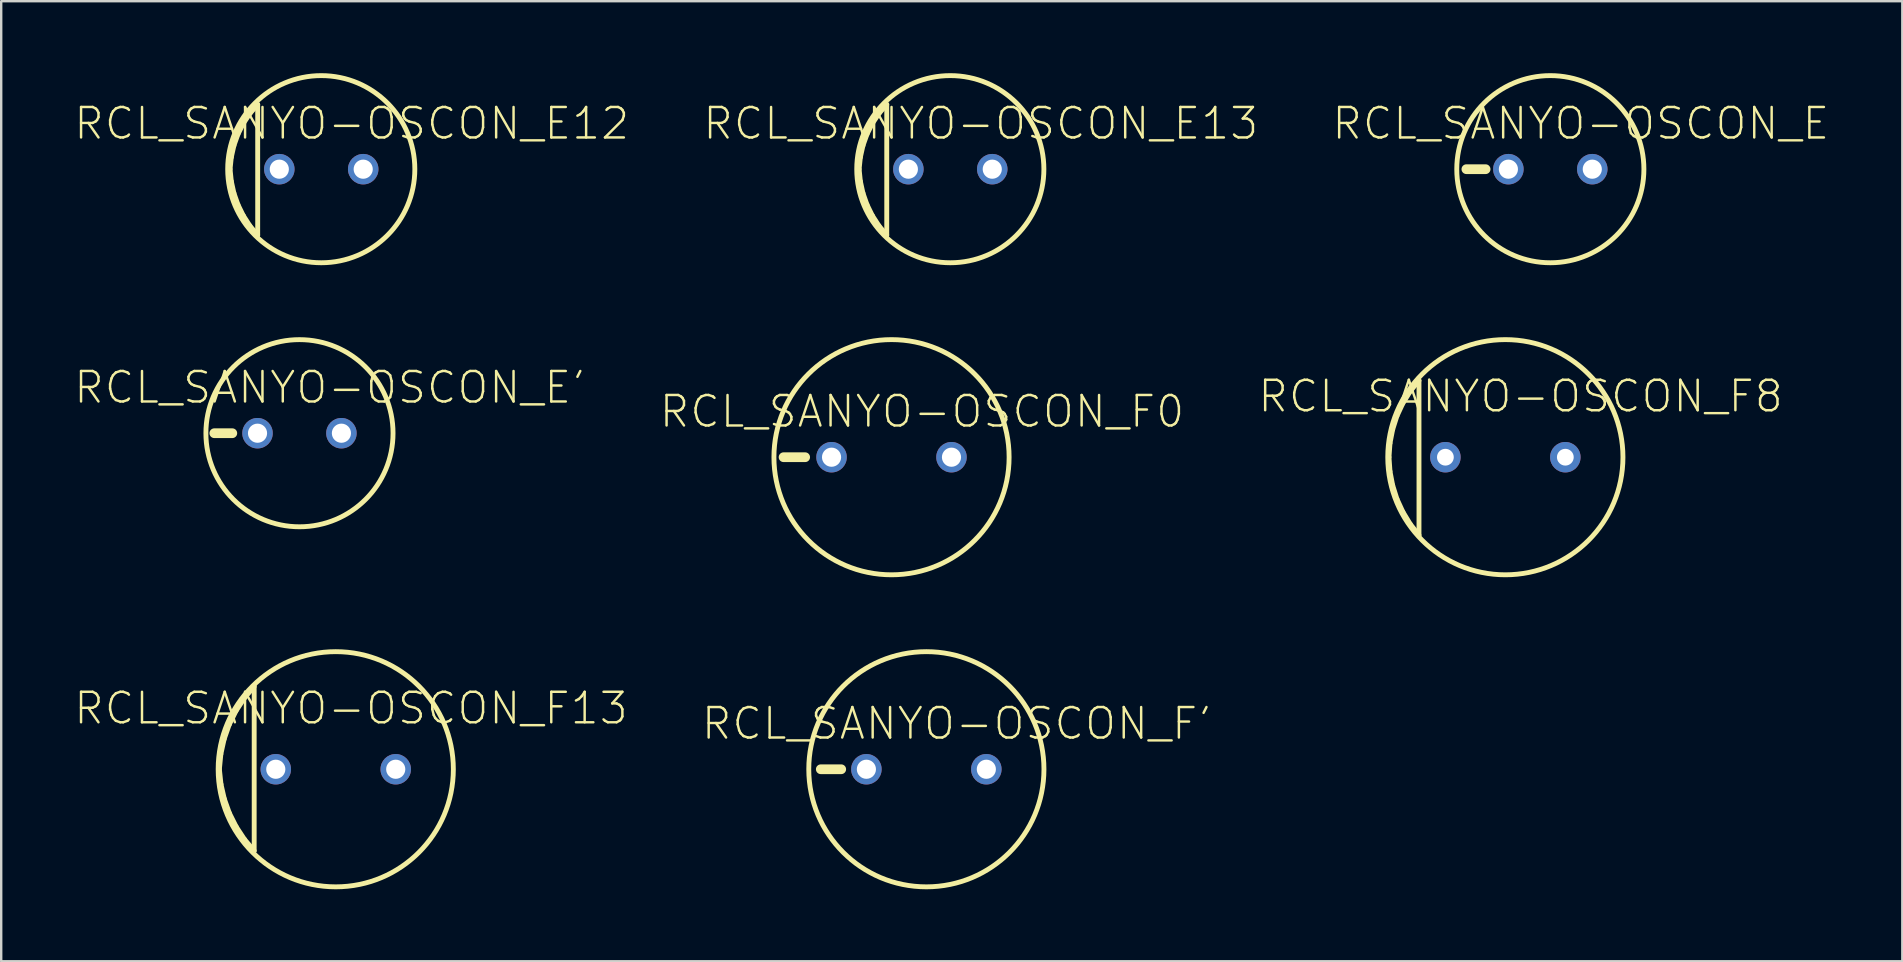
<source format=kicad_pcb>
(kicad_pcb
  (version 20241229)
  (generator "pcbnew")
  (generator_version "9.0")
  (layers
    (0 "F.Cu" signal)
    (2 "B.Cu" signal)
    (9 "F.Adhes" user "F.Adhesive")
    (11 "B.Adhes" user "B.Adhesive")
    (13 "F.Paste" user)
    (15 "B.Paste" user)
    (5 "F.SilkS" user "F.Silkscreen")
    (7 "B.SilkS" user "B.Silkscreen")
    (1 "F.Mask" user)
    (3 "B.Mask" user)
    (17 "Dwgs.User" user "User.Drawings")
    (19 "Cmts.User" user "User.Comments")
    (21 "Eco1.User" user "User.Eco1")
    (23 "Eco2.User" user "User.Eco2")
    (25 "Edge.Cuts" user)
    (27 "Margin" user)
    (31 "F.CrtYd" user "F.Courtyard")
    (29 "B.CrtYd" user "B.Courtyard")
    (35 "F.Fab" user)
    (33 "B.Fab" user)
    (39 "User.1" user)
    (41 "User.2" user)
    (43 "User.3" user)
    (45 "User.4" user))
  (footprint "RCL_SANYO-OSCON_E'"
    (layer "F.Cu")
    (at 9.429 15.002)
    (property "Reference" "RCL_SANYO-OSCON_E'" (at 1.27 -1.905 0) (layer "F.SilkS") (effects (font (size 1.27 1.27) (thickness 0.102))))
    (attr exclude_from_pos_files exclude_from_bom)
    (fp_line (start -3.548 0) (end -2.799 0) (stroke (width 0.406) (type solid)) (layer "F.SilkS"))
    (fp_circle (center 0 0) (end 0 -3.899) (stroke (width 0.203) (type solid)) (fill no) (layer "F.SilkS"))
    (pad "+" thru_hole circle (at 1.748 0) (size 1.27 1.27) (drill 0.798) (layers "*.Cu" "*.Paste" "*.Mask"))
    (pad "-" thru_hole circle (at -1.748 0) (size 1.27 1.27) (drill 0.798) (layers "*.Cu" "*.Paste" "*.Mask")))
  (footprint "RCL_SANYO-OSCON_E12"
    (layer "F.Cu")
    (at 10.337 4)
    (property "Reference" "RCL_SANYO-OSCON_E12" (at 1.27 -1.905 0) (layer "F.SilkS") (effects (font (size 1.27 1.27) (thickness 0.102))))
    (attr exclude_from_pos_files exclude_from_bom)
    (fp_line (start -3.8 0) (end -3.749 -0.495) (stroke (width 0.203) (type solid)) (layer "F.SilkS"))
    (fp_line (start -3.749 -0.495) (end -3.64 -0.983) (stroke (width 0.203) (type solid)) (layer "F.SilkS"))
    (fp_line (start -3.749 0.503) (end -3.8 0) (stroke (width 0.203) (type solid)) (layer "F.SilkS"))
    (fp_line (start -3.64 -0.983) (end -3.472 -1.455) (stroke (width 0.203) (type solid)) (layer "F.SilkS"))
    (fp_line (start -3.64 0.998) (end -3.749 0.503) (stroke (width 0.203) (type solid)) (layer "F.SilkS"))
    (fp_line (start -3.472 -1.455) (end -3.249 -1.902) (stroke (width 0.203) (type solid)) (layer "F.SilkS"))
    (fp_line (start -3.472 1.478) (end -3.64 0.998) (stroke (width 0.203) (type solid)) (layer "F.SilkS"))
    (fp_line (start -3.249 -1.902) (end -2.972 -2.319) (stroke (width 0.203) (type solid)) (layer "F.SilkS"))
    (fp_line (start -3.249 1.933) (end -3.472 1.478) (stroke (width 0.203) (type solid)) (layer "F.SilkS"))
    (fp_line (start -2.974 2.36) (end -3.249 1.933) (stroke (width 0.203) (type solid)) (layer "F.SilkS"))
    (fp_line (start -2.972 -2.319) (end -2.649 -2.697) (stroke (width 0.203) (type solid)) (layer "F.SilkS"))
    (fp_line (start -2.649 -2.697) (end -2.649 2.748) (stroke (width 0.203) (type solid)) (layer "F.SilkS"))
    (fp_line (start -2.649 2.748) (end -2.974 2.36) (stroke (width 0.203) (type solid)) (layer "F.SilkS"))
    (fp_circle (center 0 0) (end 0 -3.899) (stroke (width 0.203) (type solid)) (fill no) (layer "F.SilkS"))
    (pad "+" thru_hole circle (at 1.748 0) (size 1.27 1.27) (drill 0.798) (layers "*.Cu" "*.Paste" "*.Mask"))
    (pad "-" thru_hole circle (at -1.748 0) (size 1.27 1.27) (drill 0.798) (layers "*.Cu" "*.Paste" "*.Mask")))
  (footprint "RCL_SANYO-OSCON_F8"
    (layer "F.Cu")
    (at 59.679 16.002)
    (property "Reference" "RCL_SANYO-OSCON_F8" (at 0.635 -2.54 0) (layer "F.SilkS") (effects (font (size 1.27 1.27) (thickness 0.102))))
    (attr exclude_from_pos_files exclude_from_bom)
    (fp_line (start -4.849 0) (end -4.808 -0.582) (stroke (width 0.203) (type solid)) (layer "F.SilkS"))
    (fp_line (start -4.808 -0.582) (end -4.696 -1.156) (stroke (width 0.203) (type solid)) (layer "F.SilkS"))
    (fp_line (start -4.808 0.589) (end -4.849 0) (stroke (width 0.203) (type solid)) (layer "F.SilkS"))
    (fp_line (start -4.696 -1.156) (end -4.519 -1.714) (stroke (width 0.203) (type solid)) (layer "F.SilkS"))
    (fp_line (start -4.696 1.171) (end -4.808 0.589) (stroke (width 0.203) (type solid)) (layer "F.SilkS"))
    (fp_line (start -4.519 -1.714) (end -4.272 -2.245) (stroke (width 0.203) (type solid)) (layer "F.SilkS"))
    (fp_line (start -4.519 1.737) (end -4.696 1.171) (stroke (width 0.203) (type solid)) (layer "F.SilkS"))
    (fp_line (start -4.272 -2.245) (end -3.965 -2.743) (stroke (width 0.203) (type solid)) (layer "F.SilkS"))
    (fp_line (start -4.272 2.276) (end -4.519 1.737) (stroke (width 0.203) (type solid)) (layer "F.SilkS"))
    (fp_line (start -3.965 -2.743) (end -3.599 -3.198) (stroke (width 0.203) (type solid)) (layer "F.SilkS"))
    (fp_line (start -3.965 2.784) (end -4.272 2.276) (stroke (width 0.203) (type solid)) (layer "F.SilkS"))
    (fp_line (start -3.599 -3.198) (end -3.599 3.249) (stroke (width 0.203) (type solid)) (layer "F.SilkS"))
    (fp_line (start -3.599 3.249) (end -3.965 2.784) (stroke (width 0.203) (type solid)) (layer "F.SilkS"))
    (fp_circle (center 0 0) (end 0 -4.9) (stroke (width 0.203) (type solid)) (fill no) (layer "F.SilkS"))
    (pad "+" thru_hole circle (at 2.499 0) (size 1.27 1.27) (drill 0.699) (layers "*.Cu" "*.Paste" "*.Mask"))
    (pad "-" thru_hole circle (at -2.499 0) (size 1.27 1.27) (drill 0.699) (layers "*.Cu" "*.Paste" "*.Mask")))
  (footprint "RCL_SANYO-OSCON_E13"
    (layer "F.Cu")
    (at 36.55 4)
    (property "Reference" "RCL_SANYO-OSCON_E13" (at 1.27 -1.905 0) (layer "F.SilkS") (effects (font (size 1.27 1.27) (thickness 0.102))))
    (attr exclude_from_pos_files exclude_from_bom)
    (fp_line (start -3.8 0) (end -3.749 -0.495) (stroke (width 0.203) (type solid)) (layer "F.SilkS"))
    (fp_line (start -3.749 -0.495) (end -3.64 -0.983) (stroke (width 0.203) (type solid)) (layer "F.SilkS"))
    (fp_line (start -3.749 0.503) (end -3.8 0) (stroke (width 0.203) (type solid)) (layer "F.SilkS"))
    (fp_line (start -3.64 -0.983) (end -3.472 -1.455) (stroke (width 0.203) (type solid)) (layer "F.SilkS"))
    (fp_line (start -3.64 0.998) (end -3.749 0.503) (stroke (width 0.203) (type solid)) (layer "F.SilkS"))
    (fp_line (start -3.472 -1.455) (end -3.249 -1.902) (stroke (width 0.203) (type solid)) (layer "F.SilkS"))
    (fp_line (start -3.472 1.478) (end -3.64 0.998) (stroke (width 0.203) (type solid)) (layer "F.SilkS"))
    (fp_line (start -3.249 -1.902) (end -2.972 -2.319) (stroke (width 0.203) (type solid)) (layer "F.SilkS"))
    (fp_line (start -3.249 1.933) (end -3.472 1.478) (stroke (width 0.203) (type solid)) (layer "F.SilkS"))
    (fp_line (start -2.974 2.36) (end -3.249 1.933) (stroke (width 0.203) (type solid)) (layer "F.SilkS"))
    (fp_line (start -2.972 -2.319) (end -2.649 -2.697) (stroke (width 0.203) (type solid)) (layer "F.SilkS"))
    (fp_line (start -2.649 -2.697) (end -2.649 2.748) (stroke (width 0.203) (type solid)) (layer "F.SilkS"))
    (fp_line (start -2.649 2.748) (end -2.974 2.36) (stroke (width 0.203) (type solid)) (layer "F.SilkS"))
    (fp_circle (center 0 0) (end 0 -3.899) (stroke (width 0.203) (type solid)) (fill no) (layer "F.SilkS"))
    (pad "+" thru_hole circle (at 1.748 0) (size 1.27 1.27) (drill 0.798) (layers "*.Cu" "*.Paste" "*.Mask"))
    (pad "-" thru_hole circle (at -1.748 0) (size 1.27 1.27) (drill 0.798) (layers "*.Cu" "*.Paste" "*.Mask")))
  (footprint "RCL_SANYO-OSCON_E"
    (layer "F.Cu")
    (at 61.553 4)
    (property "Reference" "RCL_SANYO-OSCON_E" (at 1.27 -1.905 0) (layer "F.SilkS") (effects (font (size 1.27 1.27) (thickness 0.102))))
    (attr exclude_from_pos_files exclude_from_bom)
    (fp_line (start -3.498 0) (end -2.697 0) (stroke (width 0.406) (type solid)) (layer "F.SilkS"))
    (fp_circle (center 0 0) (end 0 -3.899) (stroke (width 0.203) (type solid)) (fill no) (layer "F.SilkS"))
    (pad "+" thru_hole circle (at 1.748 0) (size 1.27 1.27) (drill 0.798) (layers "*.Cu" "*.Paste" "*.Mask"))
    (pad "-" thru_hole circle (at -1.748 0) (size 1.27 1.27) (drill 0.798) (layers "*.Cu" "*.Paste" "*.Mask")))
  (footprint "RCL_SANYO-OSCON_F'"
    (layer "F.Cu")
    (at 35.552 29.005)
    (property "Reference" "RCL_SANYO-OSCON_F'" (at 1.27 -1.905 0) (layer "F.SilkS") (effects (font (size 1.27 1.27) (thickness 0.102))))
    (attr exclude_from_pos_files exclude_from_bom)
    (fp_line (start -3.548 0) (end -4.399 0) (stroke (width 0.406) (type solid)) (layer "F.SilkS"))
    (fp_circle (center 0 0) (end 0 -4.9) (stroke (width 0.203) (type solid)) (fill no) (layer "F.SilkS"))
    (pad "+" thru_hole circle (at 2.499 0) (size 1.27 1.27) (drill 0.798) (layers "*.Cu" "*.Paste" "*.Mask"))
    (pad "-" thru_hole circle (at -2.499 0) (size 1.27 1.27) (drill 0.798) (layers "*.Cu" "*.Paste" "*.Mask")))
  (footprint "RCL_SANYO-OSCON_F0"
    (layer "F.Cu")
    (at 34.1 16.002)
    (property "Reference" "RCL_SANYO-OSCON_F0" (at 1.27 -1.905 0) (layer "F.SilkS") (effects (font (size 1.27 1.27) (thickness 0.102))))
    (attr exclude_from_pos_files exclude_from_bom)
    (fp_line (start -4.498 0) (end -3.599 0) (stroke (width 0.406) (type solid)) (layer "F.SilkS"))
    (fp_circle (center 0 0) (end 0 -4.9) (stroke (width 0.203) (type solid)) (fill no) (layer "F.SilkS"))
    (pad "+" thru_hole circle (at 2.499 0) (size 1.27 1.27) (drill 0.798) (layers "*.Cu" "*.Paste" "*.Mask"))
    (pad "-" thru_hole circle (at -2.499 0) (size 1.27 1.27) (drill 0.798) (layers "*.Cu" "*.Paste" "*.Mask")))
  (footprint "RCL_SANYO-OSCON_F13"
    (layer "F.Cu")
    (at 10.941 29.005)
    (property "Reference" "RCL_SANYO-OSCON_F13" (at 0.635 -2.54 0) (layer "F.SilkS") (effects (font (size 1.27 1.27) (thickness 0.102))))
    (attr exclude_from_pos_files exclude_from_bom)
    (fp_line (start -4.849 0) (end -4.788 -0.632) (stroke (width 0.203) (type solid)) (layer "F.SilkS"))
    (fp_line (start -4.788 -0.632) (end -4.651 -1.255) (stroke (width 0.203) (type solid)) (layer "F.SilkS"))
    (fp_line (start -4.783 0.625) (end -4.849 0) (stroke (width 0.203) (type solid)) (layer "F.SilkS"))
    (fp_line (start -4.651 -1.255) (end -4.44 -1.857) (stroke (width 0.203) (type solid)) (layer "F.SilkS"))
    (fp_line (start -4.643 1.237) (end -4.783 0.625) (stroke (width 0.203) (type solid)) (layer "F.SilkS"))
    (fp_line (start -4.44 -1.857) (end -4.158 -2.428) (stroke (width 0.203) (type solid)) (layer "F.SilkS"))
    (fp_line (start -4.432 1.829) (end -4.643 1.237) (stroke (width 0.203) (type solid)) (layer "F.SilkS"))
    (fp_line (start -4.158 -2.428) (end -3.81 -2.962) (stroke (width 0.203) (type solid)) (layer "F.SilkS"))
    (fp_line (start -4.15 2.393) (end -4.432 1.829) (stroke (width 0.203) (type solid)) (layer "F.SilkS"))
    (fp_line (start -3.81 -2.962) (end -3.399 -3.449) (stroke (width 0.203) (type solid)) (layer "F.SilkS"))
    (fp_line (start -3.805 2.918) (end -4.15 2.393) (stroke (width 0.203) (type solid)) (layer "F.SilkS"))
    (fp_line (start -3.399 -3.449) (end -3.399 3.399) (stroke (width 0.203) (type solid)) (layer "F.SilkS"))
    (fp_line (start -3.399 3.399) (end -3.805 2.918) (stroke (width 0.203) (type solid)) (layer "F.SilkS"))
    (fp_circle (center 0 0) (end 0 -4.9) (stroke (width 0.203) (type solid)) (fill no) (layer "F.SilkS"))
    (pad "+" thru_hole circle (at 2.499 0) (size 1.27 1.27) (drill 0.798) (layers "*.Cu" "*.Paste" "*.Mask"))
    (pad "-" thru_hole circle (at -2.499 0) (size 1.27 1.27) (drill 0.798) (layers "*.Cu" "*.Paste" "*.Mask")))
  (gr_rect
    (start -3 -3)
    (end 76.22 37.006)
    (stroke (width 0.1) (type default))
    (fill no)
    (layer "Edge.Cuts")))
</source>
